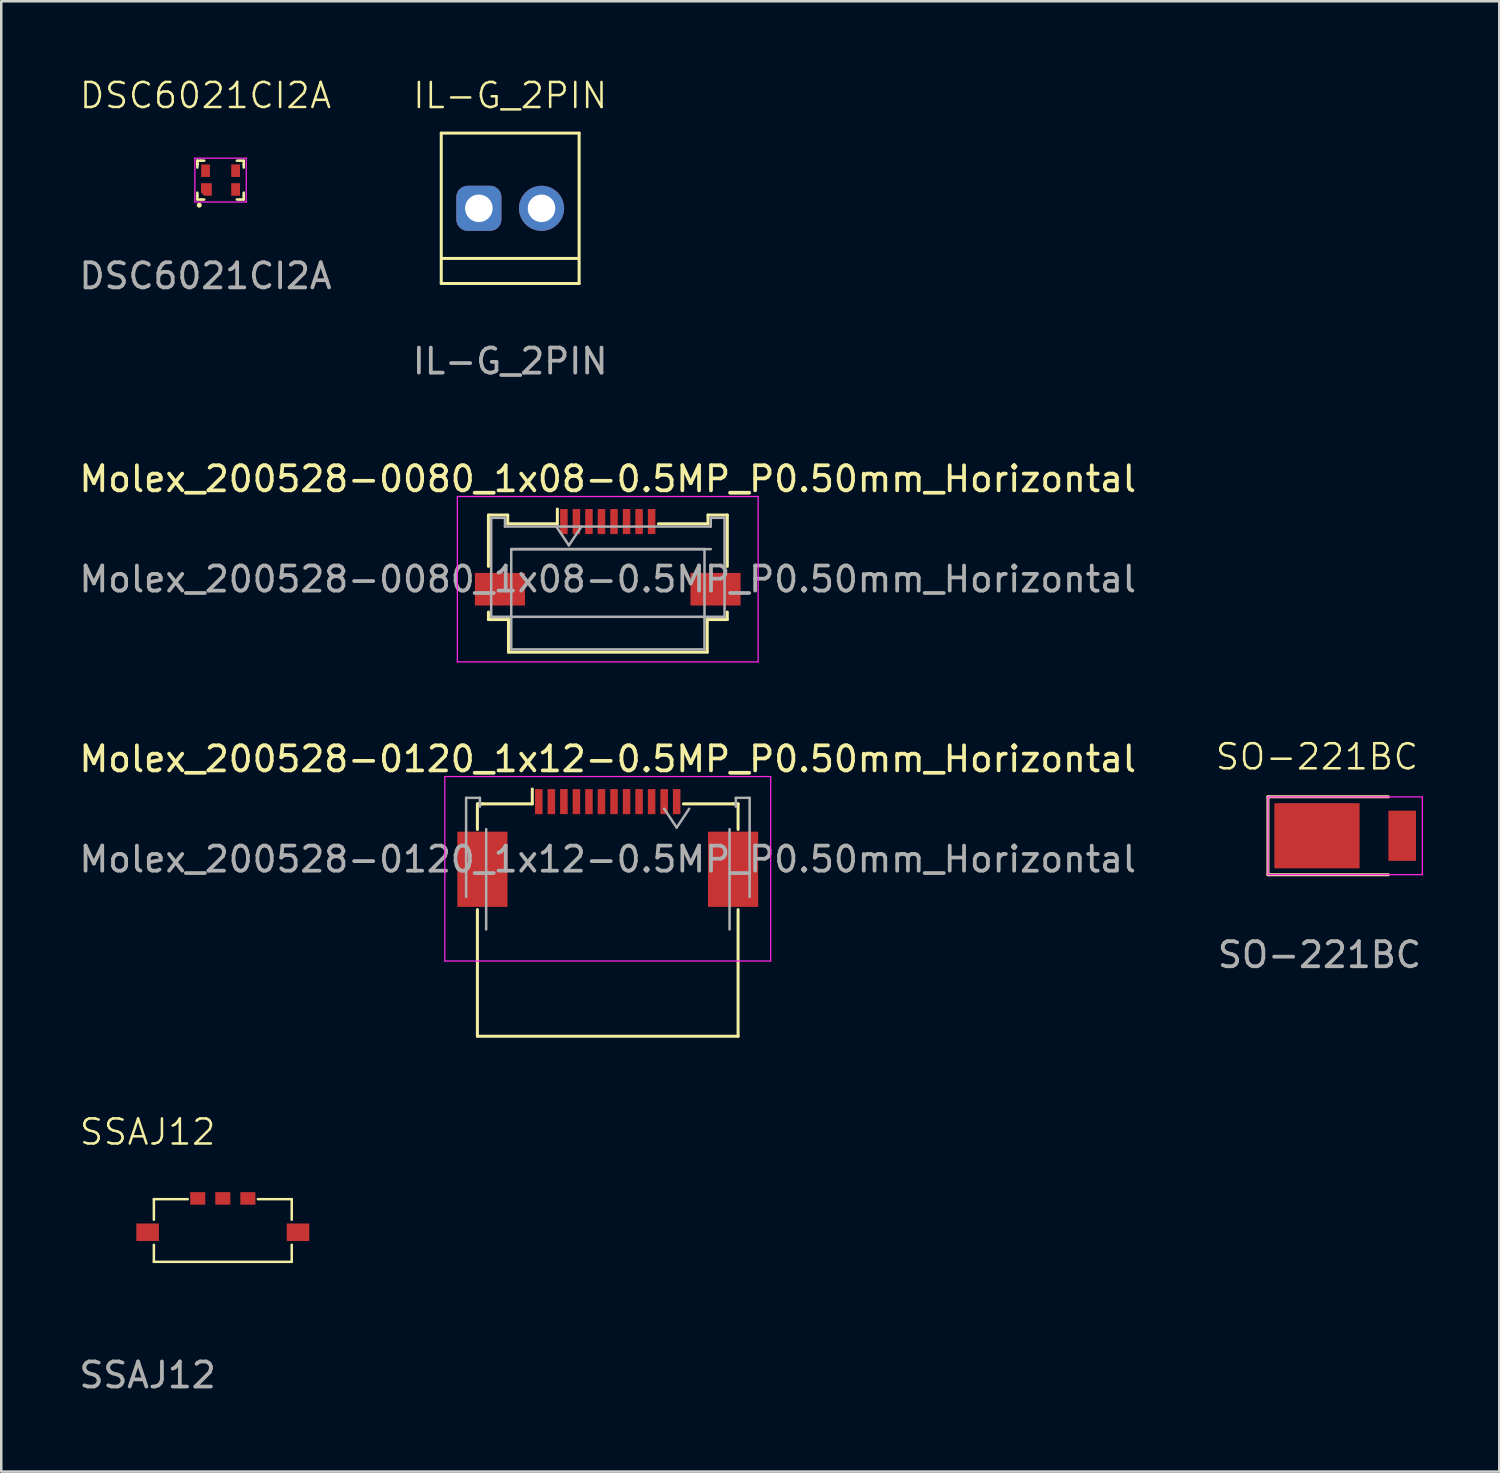
<source format=kicad_pcb>
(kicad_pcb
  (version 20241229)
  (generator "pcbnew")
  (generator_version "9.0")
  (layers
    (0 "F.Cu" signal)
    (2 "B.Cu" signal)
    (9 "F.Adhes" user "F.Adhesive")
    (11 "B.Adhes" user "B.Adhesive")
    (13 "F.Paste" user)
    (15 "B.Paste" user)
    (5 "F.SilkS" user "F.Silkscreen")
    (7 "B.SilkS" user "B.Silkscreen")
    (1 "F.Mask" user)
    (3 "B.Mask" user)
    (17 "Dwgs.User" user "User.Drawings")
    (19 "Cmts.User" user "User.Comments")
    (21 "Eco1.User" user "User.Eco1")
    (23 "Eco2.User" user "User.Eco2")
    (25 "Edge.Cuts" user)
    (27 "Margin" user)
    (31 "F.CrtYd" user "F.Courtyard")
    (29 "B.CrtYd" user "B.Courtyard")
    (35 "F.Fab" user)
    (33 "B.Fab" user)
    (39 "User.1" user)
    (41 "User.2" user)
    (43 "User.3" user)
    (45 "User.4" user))
  (footprint "IL-G_2PIN"
    (layer "F.Cu")
    (at 17.304 5.261)
    (property "Reference" "IL-G_2PIN" (at 0 -4.5 0) (unlocked yes) (layer "F.SilkS") (effects (font (size 1 1) (thickness 0.1))))
    (attr smd)
    (fp_line (start -2.75 -3) (end -2.75 3) (stroke (width 0.12) (type default)) (layer "F.SilkS"))
    (fp_line (start -2.75 -3) (end 2.75 -3) (stroke (width 0.12) (type default)) (layer "F.SilkS"))
    (fp_line (start -2.75 3) (end 2.75 3) (stroke (width 0.12) (type default)) (layer "F.SilkS"))
    (fp_line (start -2.7 2) (end 2.7 2) (stroke (width 0.12) (type default)) (layer "F.SilkS"))
    (fp_line (start 2.75 -3) (end 2.75 3) (stroke (width 0.12) (type default)) (layer "F.SilkS"))
    (fp_text user "${REFERENCE}" (at 0 6.1 0) (unlocked yes) (layer "F.Fab") (effects (font (size 1 1) (thickness 0.15))))
    (pad "1" thru_hole roundrect (at -1.25 0) (size 1.8 1.8) (drill 1.1) (layers "*.Cu" "*.Mask") (roundrect_rratio 0.25))
    (pad "2" thru_hole circle (at 1.25 0) (size 1.8 1.8) (drill 1.1) (layers "*.Cu" "*.Mask")))
  (footprint "SSAJ12"
    (layer "F.Cu")
    (at 2.839 46.111)
    (property "Reference" "SSAJ12" (at 0 -4 0) (unlocked yes) (layer "F.SilkS") (effects (font (size 1 1) (thickness 0.1))))
    (attr smd)
    (fp_line (start 0.25 -1.32) (end 0.25 -0.5) (stroke (width 0.1) (type default)) (layer "F.SilkS"))
    (fp_line (start 0.25 -1.32) (end 1.6 -1.32) (stroke (width 0.1) (type default)) (layer "F.SilkS"))
    (fp_line (start 0.25 1.18) (end 0.25 0.5) (stroke (width 0.1) (type default)) (layer "F.SilkS"))
    (fp_line (start 5.75 -1.32) (end 4.4 -1.32) (stroke (width 0.1) (type default)) (layer "F.SilkS"))
    (fp_line (start 5.75 -1.32) (end 5.75 -0.5) (stroke (width 0.1) (type default)) (layer "F.SilkS"))
    (fp_line (start 5.75 1.18) (end 0.25 1.18) (stroke (width 0.1) (type default)) (layer "F.SilkS"))
    (fp_line (start 5.75 1.18) (end 5.75 0.5) (stroke (width 0.1) (type default)) (layer "F.SilkS"))
    (fp_text user "${REFERENCE}" (at 0 5.7 0) (unlocked yes) (layer "F.Fab") (effects (font (size 1 1) (thickness 0.15))))
    (pad "1" smd trapezoid (at 2 -1.35) (size 0.6 0.5) (layers "F.Cu" "F.Mask" "F.Paste"))
    (pad "2" smd trapezoid (at 3 -1.35) (size 0.6 0.5) (layers "F.Cu" "F.Mask" "F.Paste"))
    (pad "3" smd trapezoid (at 4 -1.35) (size 0.6 0.5) (layers "F.Cu" "F.Mask" "F.Paste"))
    (pad "MP" smd trapezoid (at 0 0) (size 0.9 0.7) (layers "F.Cu" "F.Mask" "F.Paste"))
    (pad "MP" smd trapezoid (at 6 0) (size 0.9 0.7) (layers "F.Cu" "F.Mask" "F.Paste")))
  (footprint "SO-221BC"
    (layer "F.Cu")
    (at 49.49 30.293)
    (property "Reference" "SO-221BC" (at 0 -3.15 0) (unlocked yes) (layer "F.SilkS") (effects (font (size 1 1) (thickness 0.1))))
    (attr smd)
    (fp_line (start -1.955 -1.555) (end -1.955 1.555) (stroke (width 0.12) (type default)) (layer "F.SilkS"))
    (fp_line (start -1.955 -1.555) (end 2.85 -1.555) (stroke (width 0.12) (type default)) (layer "F.SilkS"))
    (fp_line (start -1.955 1.555) (end 2.85 1.555) (stroke (width 0.12) (type default)) (layer "F.SilkS"))
    (fp_line (start -1.95 -1.55) (end -1.95 1.55) (stroke (width 0.05) (type default)) (layer "F.CrtYd"))
    (fp_line (start -1.95 -1.55) (end 4.205 -1.55) (stroke (width 0.05) (type default)) (layer "F.CrtYd"))
    (fp_line (start -1.95 1.55) (end 4.205 1.55) (stroke (width 0.05) (type default)) (layer "F.CrtYd"))
    (fp_line (start 4.205 -1.55) (end 4.205 1.55) (stroke (width 0.05) (type default)) (layer "F.CrtYd"))
    (fp_text user "${REFERENCE}" (at 0.1 4.75 0) (unlocked yes) (layer "F.Fab") (effects (font (size 1 1) (thickness 0.15))))
    (pad "1" smd rect (at 0 0) (size 3.4 2.6) (layers "F.Cu" "F.Mask" "F.Paste"))
    (pad "2" smd trapezoid (at 3.4 0) (size 1.1 2) (layers "F.Cu" "F.Mask" "F.Paste")))
  (footprint "DSC6021CI2A"
    (layer "F.Cu")
    (at 5.149 3.76)
    (property "Reference" "DSC6021CI2A" (at 0 -3 0) (unlocked yes) (layer "F.SilkS") (effects (font (size 1 1) (thickness 0.1))))
    (attr smd)
    (fp_line (start -0.325 -0.4) (end -0.325 -0.25) (stroke (width 0.1) (type default)) (layer "F.SilkS"))
    (fp_line (start -0.325 -0.4) (end -0.175 -0.4) (stroke (width 0.1) (type default)) (layer "F.SilkS"))
    (fp_line (start -0.325 -0.25) (end -0.325 -0.4) (stroke (width 0.1) (type default)) (layer "F.SilkS"))
    (fp_line (start -0.325 -0.25) (end -0.325 -0.125) (stroke (width 0.1) (type default)) (layer "F.SilkS"))
    (fp_line (start -0.325 1) (end -0.325 0.875) (stroke (width 0.1) (type default)) (layer "F.SilkS"))
    (fp_line (start -0.325 1.15) (end -0.325 1) (stroke (width 0.1) (type default)) (layer "F.SilkS"))
    (fp_line (start -0.325 1.15) (end -0.175 1.15) (stroke (width 0.1) (type default)) (layer "F.SilkS"))
    (fp_line (start -0.175 -0.4) (end -0.05 -0.4) (stroke (width 0.1) (type default)) (layer "F.SilkS"))
    (fp_line (start -0.175 1.15) (end -0.05 1.15) (stroke (width 0.1) (type default)) (layer "F.SilkS"))
    (fp_line (start 1.375 -0.4) (end 1.25 -0.4) (stroke (width 0.1) (type default)) (layer "F.SilkS"))
    (fp_line (start 1.375 1.15) (end 1.25 1.15) (stroke (width 0.1) (type default)) (layer "F.SilkS"))
    (fp_line (start 1.525 -0.4) (end 1.375 -0.4) (stroke (width 0.1) (type default)) (layer "F.SilkS"))
    (fp_line (start 1.525 -0.4) (end 1.525 -0.25) (stroke (width 0.1) (type default)) (layer "F.SilkS"))
    (fp_line (start 1.525 -0.25) (end 1.525 -0.125) (stroke (width 0.1) (type default)) (layer "F.SilkS"))
    (fp_line (start 1.525 1) (end 1.525 0.875) (stroke (width 0.1) (type default)) (layer "F.SilkS"))
    (fp_line (start 1.525 1.15) (end 1.375 1.15) (stroke (width 0.1) (type default)) (layer "F.SilkS"))
    (fp_line (start 1.525 1.15) (end 1.525 1) (stroke (width 0.1) (type default)) (layer "F.SilkS"))
    (fp_circle (center -0.25 1.375) (end -0.2 1.375) (stroke (width 0.1) (type default)) (fill no) (layer "F.SilkS"))
    (fp_line (start -0.425 -0.5) (end -0.425 1.25) (stroke (width 0.05) (type default)) (layer "F.CrtYd"))
    (fp_line (start -0.425 1.25) (end 1.625 1.25) (stroke (width 0.05) (type default)) (layer "F.CrtYd"))
    (fp_line (start 1.625 -0.5) (end -0.425 -0.5) (stroke (width 0.05) (type default)) (layer "F.CrtYd"))
    (fp_line (start 1.625 1.25) (end 1.625 -0.5) (stroke (width 0.05) (type default)) (layer "F.CrtYd"))
    (fp_text user "${REFERENCE}" (at 0 4.2 0) (unlocked yes) (layer "F.Fab") (effects (font (size 1 1) (thickness 0.15))))
    (pad "1" smd roundrect (at 0.035 0.75) (size 0.43 0.5) (layers "F.Cu" "F.Mask" "F.Paste") (roundrect_rratio 0) (chamfer_ratio 0.3) (chamfer bottom_left))
    (pad "2" smd rect (at 1.2 0.75) (size 0.35 0.5) (layers "F.Cu" "F.Mask" "F.Paste"))
    (pad "3" smd rect (at 1.2 0) (size 0.35 0.5) (layers "F.Cu" "F.Mask" "F.Paste"))
    (pad "4" smd rect (at 0 0) (size 0.35 0.5) (layers "F.Cu" "F.Mask" "F.Paste")))
  (footprint "Molex_200528-0120_1x12-0.5MP_P0.50mm_Horizontal"
    (layer "F.Cu")
    (at 21.196 29.84)
    (property "Reference" "Molex_200528-0120_1x12-0.5MP_P0.50mm_Horizontal" (at 0 -2.61 0) (layer "F.SilkS") (effects (font (size 1 1) (thickness 0.15))))
    (attr smd)
    (fp_line (start -5.2 -0.82) (end -5.2 0.2) (stroke (width 0.12) (type default)) (layer "F.SilkS"))
    (fp_line (start -5.2 8.45) (end -5.2 3.4) (stroke (width 0.12) (type default)) (layer "F.SilkS"))
    (fp_line (start -4.99 -0.82) (end -5.2 -0.82) (stroke (width 0.12) (type default)) (layer "F.SilkS"))
    (fp_line (start -3.01 -1.41) (end -3.01 -0.82) (stroke (width 0.12) (type solid)) (layer "F.SilkS"))
    (fp_line (start -3.01 -0.82) (end -4.99 -0.82) (stroke (width 0.12) (type solid)) (layer "F.SilkS"))
    (fp_line (start 5 -0.82) (end 3.02 -0.82) (stroke (width 0.12) (type solid)) (layer "F.SilkS"))
    (fp_line (start 5 -0.82) (end 5.2 -0.82) (stroke (width 0.12) (type default)) (layer "F.SilkS"))
    (fp_line (start 5.2 -0.82) (end 5.2 0.2) (stroke (width 0.12) (type default)) (layer "F.SilkS"))
    (fp_line (start 5.2 8.45) (end -5.2 8.45) (stroke (width 0.12) (type default)) (layer "F.SilkS"))
    (fp_line (start 5.2 8.45) (end 5.2 3.4) (stroke (width 0.12) (type default)) (layer "F.SilkS"))
    (fp_line (start -6.5 -1.91) (end -6.5 5.45) (stroke (width 0.05) (type solid)) (layer "F.CrtYd"))
    (fp_line (start -6.5 5.45) (end 6.5 5.45) (stroke (width 0.05) (type solid)) (layer "F.CrtYd"))
    (fp_line (start 6.5 -1.91) (end -6.5 -1.91) (stroke (width 0.05) (type solid)) (layer "F.CrtYd"))
    (fp_line (start 6.5 5.45) (end 6.5 -1.91) (stroke (width 0.05) (type solid)) (layer "F.CrtYd"))
    (fp_line (start -5.65 -1.06) (end -5.65 2.89) (stroke (width 0.1) (type solid)) (layer "F.Fab"))
    (fp_line (start -5.1 -1.06) (end -5.65 -1.06) (stroke (width 0.1) (type solid)) (layer "F.Fab"))
    (fp_line (start -5.1 -0.71) (end -5.1 -1.06) (stroke (width 0.1) (type solid)) (layer "F.Fab"))
    (fp_line (start -4.85 0.19) (end -4.85 4.19) (stroke (width 0.1) (type solid)) (layer "F.Fab"))
    (fp_line (start 2.25 -0.625) (end 2.75 0.125) (stroke (width 0.1) (type solid)) (layer "F.Fab"))
    (fp_line (start 2.75 0.125) (end 3.25 -0.625) (stroke (width 0.1) (type solid)) (layer "F.Fab"))
    (fp_line (start 4.86 4.19) (end 4.86 0.19) (stroke (width 0.1) (type solid)) (layer "F.Fab"))
    (fp_line (start 5.11 -1.06) (end 5.11 -0.71) (stroke (width 0.1) (type solid)) (layer "F.Fab"))
    (fp_line (start 5.66 -1.06) (end 5.11 -1.06) (stroke (width 0.1) (type solid)) (layer "F.Fab"))
    (fp_line (start 5.66 2.89) (end 5.66 -1.06) (stroke (width 0.1) (type solid)) (layer "F.Fab"))
    (fp_text user "${REFERENCE}" (at 0 1.39 0) (layer "F.Fab") (effects (font (size 1 1) (thickness 0.15))))
    (pad "1" smd rect (at 2.75 -0.91) (size 0.3 1) (layers "F.Cu" "F.Mask" "F.Paste"))
    (pad "2" smd rect (at 2.25 -0.91) (size 0.3 1) (layers "F.Cu" "F.Mask" "F.Paste"))
    (pad "3" smd rect (at 1.75 -0.91) (size 0.3 1) (layers "F.Cu" "F.Mask" "F.Paste"))
    (pad "4" smd rect (at 1.25 -0.91) (size 0.3 1) (layers "F.Cu" "F.Mask" "F.Paste"))
    (pad "5" smd rect (at 0.75 -0.91) (size 0.3 1) (layers "F.Cu" "F.Mask" "F.Paste"))
    (pad "6" smd rect (at 0.25 -0.91) (size 0.3 1) (layers "F.Cu" "F.Mask" "F.Paste"))
    (pad "7" smd rect (at -0.25 -0.91) (size 0.3 1) (layers "F.Cu" "F.Mask" "F.Paste"))
    (pad "8" smd rect (at -0.75 -0.91) (size 0.3 1) (layers "F.Cu" "F.Mask" "F.Paste"))
    (pad "9" smd rect (at -1.25 -0.91) (size 0.3 1) (layers "F.Cu" "F.Mask" "F.Paste"))
    (pad "10" smd rect (at -1.75 -0.91) (size 0.3 1) (layers "F.Cu" "F.Mask" "F.Paste"))
    (pad "11" smd rect (at -2.25 -0.91) (size 0.3 1) (layers "F.Cu" "F.Mask" "F.Paste"))
    (pad "12" smd rect (at -2.75 -0.91) (size 0.3 1) (layers "F.Cu" "F.Mask" "F.Paste"))
    (pad "MP" smd rect (at -5 1.79) (size 2 3) (layers "F.Cu" "F.Mask" "F.Paste"))
    (pad "MP" smd rect (at 5 1.79) (size 2 3) (layers "F.Cu" "F.Mask" "F.Paste")))
  (footprint "Molex_200528-0080_1x08-0.5MP_P0.50mm_Horizontal"
    (layer "F.Cu")
    (at 21.196 18.667)
    (property "Reference" "Molex_200528-0080_1x08-0.5MP_P0.50mm_Horizontal" (at 0 -2.61 0) (layer "F.SilkS") (effects (font (size 1 1) (thickness 0.15))))
    (attr smd)
    (fp_line (start -4.76 -1.17) (end -4.76 0.88) (stroke (width 0.12) (type solid)) (layer "F.SilkS"))
    (fp_line (start -4.76 2.7) (end -4.76 3) (stroke (width 0.12) (type solid)) (layer "F.SilkS"))
    (fp_line (start -4.76 3) (end -3.96 3) (stroke (width 0.12) (type solid)) (layer "F.SilkS"))
    (fp_line (start -3.99 -1.17) (end -4.76 -1.17) (stroke (width 0.12) (type solid)) (layer "F.SilkS"))
    (fp_line (start -3.99 -0.82) (end -3.99 -1.17) (stroke (width 0.12) (type solid)) (layer "F.SilkS"))
    (fp_line (start -3.96 3) (end -3.96 4.3) (stroke (width 0.12) (type solid)) (layer "F.SilkS"))
    (fp_line (start -3.96 4.3) (end 3.97 4.3) (stroke (width 0.12) (type solid)) (layer "F.SilkS"))
    (fp_line (start -2.01 -1.41) (end -2.01 -0.82) (stroke (width 0.12) (type solid)) (layer "F.SilkS"))
    (fp_line (start -2.01 -0.82) (end -3.99 -0.82) (stroke (width 0.12) (type solid)) (layer "F.SilkS"))
    (fp_line (start 3.97 3) (end 4.77 3) (stroke (width 0.12) (type solid)) (layer "F.SilkS"))
    (fp_line (start 3.97 4.3) (end 3.97 3) (stroke (width 0.12) (type solid)) (layer "F.SilkS"))
    (fp_line (start 4 -1.17) (end 4 -0.82) (stroke (width 0.12) (type solid)) (layer "F.SilkS"))
    (fp_line (start 4 -0.82) (end 2.02 -0.82) (stroke (width 0.12) (type solid)) (layer "F.SilkS"))
    (fp_line (start 4.77 -1.17) (end 4 -1.17) (stroke (width 0.12) (type solid)) (layer "F.SilkS"))
    (fp_line (start 4.77 0.88) (end 4.77 -1.17) (stroke (width 0.12) (type solid)) (layer "F.SilkS"))
    (fp_line (start 4.77 3) (end 4.77 2.7) (stroke (width 0.12) (type solid)) (layer "F.SilkS"))
    (fp_line (start -6 -1.91) (end -6 4.69) (stroke (width 0.05) (type solid)) (layer "F.CrtYd"))
    (fp_line (start -6 4.69) (end 6 4.69) (stroke (width 0.05) (type solid)) (layer "F.CrtYd"))
    (fp_line (start 6 -1.91) (end -6 -1.91) (stroke (width 0.05) (type solid)) (layer "F.CrtYd"))
    (fp_line (start 6 4.69) (end 6 -1.91) (stroke (width 0.05) (type solid)) (layer "F.CrtYd"))
    (fp_line (start -4.65 -1.06) (end -4.65 2.89) (stroke (width 0.1) (type solid)) (layer "F.Fab"))
    (fp_line (start -4.65 2.89) (end 4.66 2.89) (stroke (width 0.1) (type default)) (layer "F.Fab"))
    (fp_line (start -4.1 -1.06) (end -4.65 -1.06) (stroke (width 0.1) (type solid)) (layer "F.Fab"))
    (fp_line (start -4.1 -0.71) (end -4.1 -1.06) (stroke (width 0.1) (type solid)) (layer "F.Fab"))
    (fp_line (start -4.1 -0.71) (end 4.11 -0.71) (stroke (width 0.1) (type default)) (layer "F.Fab"))
    (fp_line (start -3.85 0.19) (end -3.85 4.19) (stroke (width 0.1) (type solid)) (layer "F.Fab"))
    (fp_line (start -3.85 0.19) (end 3.86 0.19) (stroke (width 0.1) (type default)) (layer "F.Fab"))
    (fp_line (start -3.85 4.19) (end 3.86 4.19) (stroke (width 0.1) (type default)) (layer "F.Fab"))
    (fp_line (start -2.05 -0.71) (end -1.55 0.04) (stroke (width 0.1) (type solid)) (layer "F.Fab"))
    (fp_line (start -1.55 0.04) (end -1.05 -0.71) (stroke (width 0.1) (type solid)) (layer "F.Fab"))
    (fp_line (start 3.86 4.19) (end 3.86 0.19) (stroke (width 0.1) (type solid)) (layer "F.Fab"))
    (fp_line (start 4.11 -1.06) (end 4.11 -0.71) (stroke (width 0.1) (type solid)) (layer "F.Fab"))
    (fp_line (start 4.11 0.19) (end -3.85 0.19) (stroke (width 0.1) (type default)) (layer "F.Fab"))
    (fp_line (start 4.66 -1.06) (end 4.11 -1.06) (stroke (width 0.1) (type solid)) (layer "F.Fab"))
    (fp_line (start 4.66 2.89) (end 4.66 -1.06) (stroke (width 0.1) (type solid)) (layer "F.Fab"))
    (fp_text user "${REFERENCE}" (at 0 1.39 0) (layer "F.Fab") (effects (font (size 1 1) (thickness 0.15))))
    (pad "1" smd rect (at -1.75 -0.91) (size 0.3 1) (layers "F.Cu" "F.Mask" "F.Paste"))
    (pad "2" smd rect (at -1.25 -0.91) (size 0.3 1) (layers "F.Cu" "F.Mask" "F.Paste"))
    (pad "3" smd rect (at -0.75 -0.91) (size 0.3 1) (layers "F.Cu" "F.Mask" "F.Paste"))
    (pad "4" smd rect (at -0.25 -0.91) (size 0.3 1) (layers "F.Cu" "F.Mask" "F.Paste"))
    (pad "5" smd rect (at 0.25 -0.91) (size 0.3 1) (layers "F.Cu" "F.Mask" "F.Paste"))
    (pad "6" smd rect (at 0.75 -0.91) (size 0.3 1) (layers "F.Cu" "F.Mask" "F.Paste"))
    (pad "7" smd rect (at 1.25 -0.91) (size 0.3 1) (layers "F.Cu" "F.Mask" "F.Paste"))
    (pad "8" smd rect (at 1.75 -0.91) (size 0.3 1) (layers "F.Cu" "F.Mask" "F.Paste"))
    (pad "MP" smd rect (at -4.3 1.79) (size 2 1.3) (layers "F.Cu" "F.Mask" "F.Paste"))
    (pad "MP" smd rect (at 4.3 1.79) (size 2 1.3) (layers "F.Cu" "F.Mask" "F.Paste")))
  (gr_rect
    (start -3 -3)
    (end 56.763 55.659)
    (stroke (width 0.1) (type default))
    (fill no)
    (layer "Edge.Cuts")))
</source>
